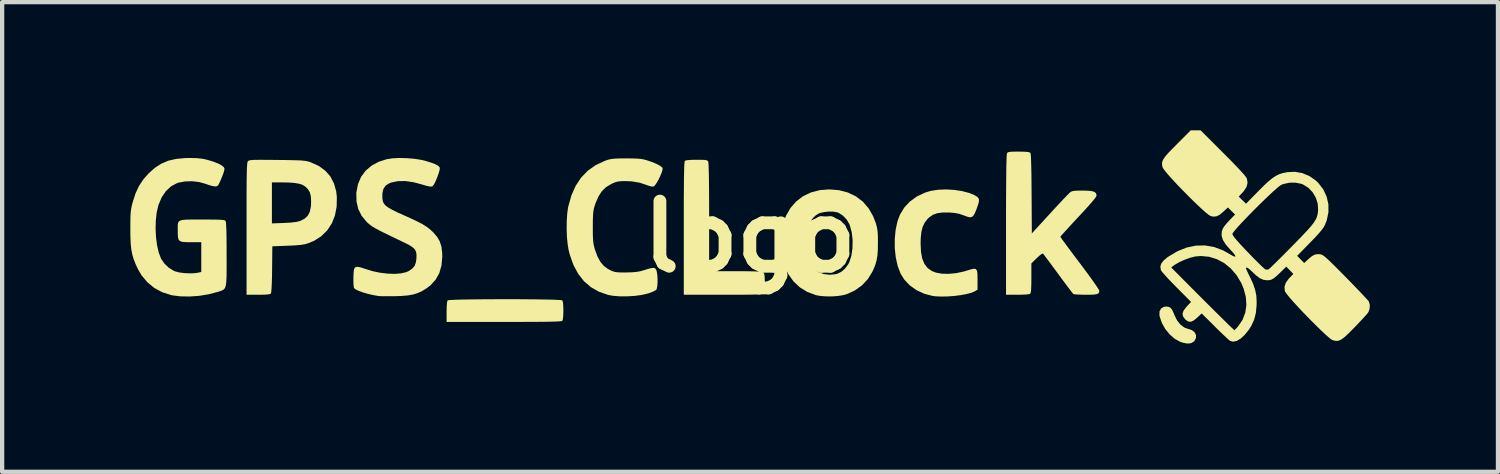
<source format=kicad_pcb>
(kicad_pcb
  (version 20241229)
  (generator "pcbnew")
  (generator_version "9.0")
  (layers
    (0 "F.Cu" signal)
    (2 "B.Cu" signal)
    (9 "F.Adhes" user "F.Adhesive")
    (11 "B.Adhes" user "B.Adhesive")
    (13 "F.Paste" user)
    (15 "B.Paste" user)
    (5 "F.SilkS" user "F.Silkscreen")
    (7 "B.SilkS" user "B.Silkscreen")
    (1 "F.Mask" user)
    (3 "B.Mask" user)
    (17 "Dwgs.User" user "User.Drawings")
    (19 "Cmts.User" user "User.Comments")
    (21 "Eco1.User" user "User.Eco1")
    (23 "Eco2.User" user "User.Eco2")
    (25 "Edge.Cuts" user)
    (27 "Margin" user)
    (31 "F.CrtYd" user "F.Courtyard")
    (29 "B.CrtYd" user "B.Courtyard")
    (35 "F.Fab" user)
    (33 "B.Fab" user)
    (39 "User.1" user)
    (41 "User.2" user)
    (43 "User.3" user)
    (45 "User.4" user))
  (footprint "logo"
    (layer "F.Cu")
    (at 14.498 2.491)
    (property "Reference" "logo" (at 0 0 0) (layer "F.SilkS") (effects (font (size 1.524 1.524) (thickness 0.3))))
    (attr board_only exclude_from_pos_files exclude_from_bom)
    (fp_poly (pts (xy 9.802 1.639) (xy 9.847 1.664) (xy 9.884 1.713) (xy 9.922 1.795) (xy 9.937 1.834) (xy 9.997 1.956) (xy 10.075 2.054) (xy 10.166 2.123) (xy 10.254 2.155) (xy 10.344 2.184) (xy 10.407 2.234) (xy 10.441 2.299) (xy 10.44 2.369) (xy 10.403 2.438) (xy 10.392 2.45) (xy 10.324 2.491) (xy 10.234 2.499) (xy 10.12 2.475) (xy 10.069 2.457) (xy 9.943 2.388) (xy 9.825 2.286) (xy 9.723 2.16) (xy 9.643 2.019) (xy 9.593 1.873) (xy 9.585 1.834) (xy 9.587 1.746) (xy 9.623 1.679) (xy 9.686 1.64) (xy 9.743 1.633)) (stroke (width 0) (type solid)) (fill yes) (layer "F.SilkS"))
    (fp_poly (pts (xy -5.43 1.461) (xy -5.23 1.463) (xy -5.042 1.464) (xy -4.869 1.467) (xy -4.716 1.47) (xy -4.587 1.473) (xy -4.487 1.478) (xy -4.42 1.482) (xy -4.39 1.488) (xy -4.389 1.488) (xy -4.376 1.525) (xy -4.367 1.6) (xy -4.364 1.712) (xy -4.364 1.728) (xy -4.367 1.844) (xy -4.375 1.924) (xy -4.388 1.965) (xy -4.389 1.968) (xy -4.405 1.973) (xy -4.443 1.978) (xy -4.505 1.982) (xy -4.593 1.985) (xy -4.71 1.988) (xy -4.859 1.99) (xy -5.04 1.991) (xy -5.258 1.992) (xy -5.513 1.993) (xy -5.756 1.993) (xy -7.097 1.993) (xy -7.097 1.753) (xy -7.094 1.626) (xy -7.087 1.539) (xy -7.075 1.493) (xy -7.071 1.488) (xy -7.045 1.483) (xy -6.981 1.478) (xy -6.883 1.474) (xy -6.757 1.47) (xy -6.605 1.467) (xy -6.434 1.465) (xy -6.247 1.463) (xy -6.048 1.462) (xy -5.843 1.461) (xy -5.635 1.461)) (stroke (width 0) (type solid)) (fill yes) (layer "F.SilkS"))
    (fp_poly (pts (xy -1.139 -1.802) (xy -1.066 -1.799) (xy -1.02 -1.793) (xy -0.994 -1.783) (xy -0.979 -1.767) (xy -0.975 -1.761) (xy -0.97 -1.73) (xy -0.965 -1.656) (xy -0.962 -1.541) (xy -0.958 -1.385) (xy -0.956 -1.189) (xy -0.954 -0.952) (xy -0.953 -0.677) (xy -0.953 -0.457) (xy -0.953 0.806) (xy -0.343 0.806) (xy -0.159 0.806) (xy -0.012 0.807) (xy 0.101 0.81) (xy 0.184 0.813) (xy 0.243 0.818) (xy 0.282 0.825) (xy 0.305 0.833) (xy 0.308 0.836) (xy 0.328 0.855) (xy 0.34 0.884) (xy 0.346 0.931) (xy 0.349 1.007) (xy 0.35 1.076) (xy 0.347 1.193) (xy 0.339 1.271) (xy 0.325 1.316) (xy 0.32 1.322) (xy 0.31 1.33) (xy 0.292 1.337) (xy 0.263 1.343) (xy 0.219 1.348) (xy 0.155 1.351) (xy 0.069 1.353) (xy -0.043 1.355) (xy -0.186 1.356) (xy -0.363 1.357) (xy -0.577 1.357) (xy -0.628 1.357) (xy -1.546 1.357) (xy -1.546 -0.197) (xy -1.546 -0.509) (xy -1.546 -0.781) (xy -1.545 -1.014) (xy -1.543 -1.212) (xy -1.542 -1.376) (xy -1.539 -1.509) (xy -1.537 -1.612) (xy -1.533 -1.689) (xy -1.529 -1.74) (xy -1.524 -1.769) (xy -1.521 -1.777) (xy -1.485 -1.79) (xy -1.406 -1.798) (xy -1.287 -1.802) (xy -1.246 -1.802)) (stroke (width 0) (type solid)) (fill yes) (layer "F.SilkS"))
    (fp_poly (pts (xy 4.781 -1.097) (xy 4.967 -1.069) (xy 5.135 -1.025) (xy 5.251 -0.977) (xy 5.313 -0.941) (xy 5.35 -0.905) (xy 5.363 -0.86) (xy 5.355 -0.798) (xy 5.326 -0.708) (xy 5.312 -0.667) (xy 5.271 -0.564) (xy 5.234 -0.497) (xy 5.195 -0.462) (xy 5.144 -0.456) (xy 5.075 -0.474) (xy 5.007 -0.5) (xy 4.906 -0.535) (xy 4.803 -0.556) (xy 4.681 -0.567) (xy 4.669 -0.568) (xy 4.511 -0.568) (xy 4.384 -0.551) (xy 4.281 -0.513) (xy 4.195 -0.453) (xy 4.156 -0.415) (xy 4.091 -0.33) (xy 4.044 -0.232) (xy 4.014 -0.114) (xy 3.999 0.032) (xy 3.996 0.159) (xy 4.005 0.352) (xy 4.034 0.51) (xy 4.086 0.636) (xy 4.16 0.732) (xy 4.259 0.801) (xy 4.356 0.839) (xy 4.495 0.864) (xy 4.658 0.867) (xy 4.833 0.85) (xy 5.007 0.813) (xy 5.07 0.794) (xy 5.172 0.763) (xy 5.242 0.748) (xy 5.288 0.755) (xy 5.313 0.789) (xy 5.325 0.853) (xy 5.328 0.954) (xy 5.328 1.008) (xy 5.328 1.238) (xy 5.26 1.278) (xy 5.179 1.312) (xy 5.066 1.341) (xy 4.93 1.366) (xy 4.781 1.385) (xy 4.628 1.396) (xy 4.48 1.399) (xy 4.348 1.393) (xy 4.279 1.385) (xy 4.081 1.333) (xy 3.901 1.25) (xy 3.743 1.138) (xy 3.614 1.002) (xy 3.527 0.862) (xy 3.46 0.687) (xy 3.415 0.485) (xy 3.391 0.269) (xy 3.391 0.048) (xy 3.412 -0.167) (xy 3.456 -0.366) (xy 3.513 -0.518) (xy 3.613 -0.683) (xy 3.747 -0.826) (xy 3.909 -0.944) (xy 4.095 -1.032) (xy 4.229 -1.073) (xy 4.4 -1.1) (xy 4.588 -1.108)) (stroke (width 0) (type solid)) (fill yes) (layer "F.SilkS"))
    (fp_poly (pts (xy -11.32 -1.8) (xy -11.155 -1.799) (xy -11.06 -1.798) (xy -10.876 -1.796) (xy -10.728 -1.793) (xy -10.612 -1.79) (xy -10.522 -1.787) (xy -10.452 -1.781) (xy -10.398 -1.775) (xy -10.353 -1.766) (xy -10.313 -1.755) (xy -10.274 -1.742) (xy -10.089 -1.658) (xy -9.936 -1.547) (xy -9.817 -1.411) (xy -9.732 -1.248) (xy -9.68 -1.06) (xy -9.665 -0.928) (xy -9.67 -0.704) (xy -9.71 -0.497) (xy -9.783 -0.312) (xy -9.89 -0.151) (xy -10.027 -0.015) (xy -10.193 0.092) (xy -10.343 0.154) (xy -10.41 0.173) (xy -10.488 0.187) (xy -10.585 0.197) (xy -10.71 0.205) (xy -10.825 0.21) (xy -11.175 0.223) (xy -11.18 0.762) (xy -11.183 0.955) (xy -11.188 1.109) (xy -11.194 1.224) (xy -11.201 1.297) (xy -11.209 1.329) (xy -11.233 1.341) (xy -11.282 1.35) (xy -11.363 1.355) (xy -11.479 1.357) (xy -11.506 1.357) (xy -11.778 1.357) (xy -11.778 -0.189) (xy -11.778 -0.313) (xy -11.185 -0.313) (xy -10.905 -0.323) (xy -10.742 -0.332) (xy -10.619 -0.347) (xy -10.535 -0.367) (xy -10.529 -0.369) (xy -10.422 -0.422) (xy -10.346 -0.493) (xy -10.297 -0.587) (xy -10.272 -0.711) (xy -10.267 -0.827) (xy -10.274 -0.95) (xy -10.299 -1.044) (xy -10.346 -1.119) (xy -10.4 -1.172) (xy -10.463 -1.212) (xy -10.548 -1.241) (xy -10.659 -1.26) (xy -10.802 -1.27) (xy -10.932 -1.272) (xy -11.185 -1.272) (xy -11.185 -0.313) (xy -11.778 -0.313) (xy -11.778 -0.484) (xy -11.778 -0.739) (xy -11.778 -0.958) (xy -11.777 -1.143) (xy -11.776 -1.297) (xy -11.774 -1.423) (xy -11.772 -1.525) (xy -11.77 -1.604) (xy -11.766 -1.663) (xy -11.763 -1.707) (xy -11.758 -1.737) (xy -11.753 -1.756) (xy -11.746 -1.767) (xy -11.744 -1.77) (xy -11.73 -1.78) (xy -11.709 -1.788) (xy -11.675 -1.794) (xy -11.623 -1.798) (xy -11.55 -1.8) (xy -11.451 -1.801)) (stroke (width 0) (type solid)) (fill yes) (layer "F.SilkS"))
    (fp_poly (pts (xy 2.083 -1.091) (xy 2.293 -1.036) (xy 2.479 -0.947) (xy 2.641 -0.825) (xy 2.777 -0.67) (xy 2.884 -0.483) (xy 2.948 -0.318) (xy 2.969 -0.244) (xy 2.983 -0.173) (xy 2.992 -0.095) (xy 2.996 0.002) (xy 2.997 0.13) (xy 2.997 0.138) (xy 2.995 0.302) (xy 2.986 0.434) (xy 2.967 0.547) (xy 2.938 0.651) (xy 2.896 0.757) (xy 2.867 0.818) (xy 2.762 0.989) (xy 2.624 1.136) (xy 2.461 1.254) (xy 2.277 1.339) (xy 2.18 1.367) (xy 2.058 1.386) (xy 1.916 1.396) (xy 1.769 1.394) (xy 1.634 1.383) (xy 1.546 1.366) (xy 1.346 1.292) (xy 1.17 1.184) (xy 1.021 1.044) (xy 0.9 0.873) (xy 0.807 0.673) (xy 0.769 0.551) (xy 0.749 0.449) (xy 0.738 0.32) (xy 0.734 0.179) (xy 1.318 0.179) (xy 1.333 0.345) (xy 1.368 0.5) (xy 1.423 0.636) (xy 1.496 0.744) (xy 1.513 0.762) (xy 1.611 0.83) (xy 1.733 0.873) (xy 1.869 0.889) (xy 2.006 0.876) (xy 2.04 0.868) (xy 2.137 0.822) (xy 2.227 0.745) (xy 2.301 0.646) (xy 2.329 0.593) (xy 2.377 0.438) (xy 2.402 0.262) (xy 2.405 0.077) (xy 2.384 -0.103) (xy 2.341 -0.264) (xy 2.328 -0.298) (xy 2.265 -0.404) (xy 2.178 -0.495) (xy 2.079 -0.559) (xy 2.045 -0.572) (xy 1.957 -0.588) (xy 1.848 -0.59) (xy 1.735 -0.578) (xy 1.637 -0.555) (xy 1.602 -0.541) (xy 1.538 -0.498) (xy 1.476 -0.439) (xy 1.459 -0.417) (xy 1.392 -0.295) (xy 1.347 -0.15) (xy 1.322 0.011) (xy 1.318 0.179) (xy 0.734 0.179) (xy 0.733 0.159) (xy 0.733 0.138) (xy 0.737 -0.028) (xy 0.748 -0.159) (xy 0.767 -0.265) (xy 0.769 -0.276) (xy 0.845 -0.49) (xy 0.951 -0.674) (xy 1.085 -0.828) (xy 1.246 -0.95) (xy 1.431 -1.038) (xy 1.638 -1.092) (xy 1.853 -1.109)) (stroke (width 0) (type solid)) (fill yes) (layer "F.SilkS"))
    (fp_poly (pts (xy -2.748 -1.833) (xy -2.637 -1.829) (xy -2.552 -1.822) (xy -2.483 -1.81) (xy -2.426 -1.795) (xy -2.296 -1.752) (xy -2.188 -1.707) (xy -2.105 -1.663) (xy -2.054 -1.624) (xy -2.042 -1.605) (xy -2.045 -1.563) (xy -2.065 -1.498) (xy -2.098 -1.418) (xy -2.138 -1.336) (xy -2.181 -1.261) (xy -2.221 -1.204) (xy -2.253 -1.176) (xy -2.256 -1.175) (xy -2.301 -1.176) (xy -2.365 -1.193) (xy -2.395 -1.204) (xy -2.575 -1.265) (xy -2.766 -1.297) (xy -2.915 -1.303) (xy -3.012 -1.301) (xy -3.083 -1.294) (xy -3.143 -1.279) (xy -3.208 -1.252) (xy -3.247 -1.234) (xy -3.366 -1.161) (xy -3.463 -1.067) (xy -3.542 -0.946) (xy -3.609 -0.792) (xy -3.636 -0.71) (xy -3.652 -0.651) (xy -3.663 -0.585) (xy -3.67 -0.504) (xy -3.674 -0.399) (xy -3.675 -0.262) (xy -3.675 -0.223) (xy -3.675 -0.084) (xy -3.672 0.021) (xy -3.667 0.103) (xy -3.658 0.169) (xy -3.645 0.23) (xy -3.627 0.295) (xy -3.626 0.297) (xy -3.568 0.457) (xy -3.501 0.582) (xy -3.421 0.678) (xy -3.322 0.752) (xy -3.252 0.789) (xy -3.201 0.81) (xy -3.151 0.824) (xy -3.091 0.832) (xy -3.011 0.835) (xy -2.901 0.835) (xy -2.892 0.835) (xy -2.759 0.831) (xy -2.654 0.822) (xy -2.566 0.807) (xy -2.489 0.785) (xy -2.384 0.753) (xy -2.311 0.734) (xy -2.262 0.727) (xy -2.231 0.732) (xy -2.209 0.748) (xy -2.195 0.766) (xy -2.178 0.814) (xy -2.166 0.889) (xy -2.16 0.981) (xy -2.16 1.075) (xy -2.167 1.159) (xy -2.18 1.221) (xy -2.188 1.238) (xy -2.221 1.261) (xy -2.282 1.29) (xy -2.363 1.32) (xy -2.395 1.33) (xy -2.536 1.362) (xy -2.701 1.384) (xy -2.876 1.394) (xy -3.048 1.394) (xy -3.204 1.381) (xy -3.315 1.361) (xy -3.531 1.286) (xy -3.72 1.179) (xy -3.882 1.039) (xy -4.019 0.865) (xy -4.129 0.659) (xy -4.214 0.419) (xy -4.242 0.309) (xy -4.265 0.167) (xy -4.281 -0.003) (xy -4.287 -0.186) (xy -4.285 -0.37) (xy -4.274 -0.542) (xy -4.254 -0.687) (xy -4.249 -0.71) (xy -4.176 -0.968) (xy -4.076 -1.193) (xy -3.948 -1.386) (xy -3.792 -1.547) (xy -3.608 -1.677) (xy -3.395 -1.776) (xy -3.368 -1.786) (xy -3.31 -1.805) (xy -3.253 -1.818) (xy -3.19 -1.826) (xy -3.109 -1.831) (xy -3.003 -1.834) (xy -2.892 -1.834)) (stroke (width 0) (type solid)) (fill yes) (layer "F.SilkS"))
    (fp_poly (pts (xy 6.409 -1.991) (xy 6.491 -1.986) (xy 6.541 -1.977) (xy 6.564 -1.965) (xy 6.571 -1.939) (xy 6.577 -1.879) (xy 6.581 -1.783) (xy 6.585 -1.649) (xy 6.589 -1.477) (xy 6.591 -1.265) (xy 6.593 -1.012) (xy 6.593 -1.007) (xy 6.599 -0.079) (xy 7.019 -0.537) (xy 7.128 -0.656) (xy 7.231 -0.767) (xy 7.322 -0.864) (xy 7.399 -0.944) (xy 7.456 -1.003) (xy 7.489 -1.035) (xy 7.493 -1.038) (xy 7.523 -1.058) (xy 7.559 -1.07) (xy 7.612 -1.077) (xy 7.69 -1.081) (xy 7.783 -1.081) (xy 7.913 -1.078) (xy 8.006 -1.068) (xy 8.067 -1.048) (xy 8.101 -1.018) (xy 8.113 -0.975) (xy 8.114 -0.967) (xy 8.102 -0.938) (xy 8.066 -0.887) (xy 8.004 -0.812) (xy 7.915 -0.711) (xy 7.799 -0.583) (xy 7.69 -0.466) (xy 7.582 -0.351) (xy 7.485 -0.245) (xy 7.401 -0.153) (xy 7.334 -0.08) (xy 7.288 -0.028) (xy 7.267 -0.001) (xy 7.266 0.001) (xy 7.279 0.02) (xy 7.314 0.07) (xy 7.369 0.145) (xy 7.441 0.243) (xy 7.527 0.358) (xy 7.624 0.488) (xy 7.722 0.617) (xy 7.828 0.759) (xy 7.926 0.891) (xy 8.011 1.009) (xy 8.082 1.11) (xy 8.135 1.188) (xy 8.168 1.241) (xy 8.177 1.262) (xy 8.173 1.299) (xy 8.156 1.325) (xy 8.12 1.342) (xy 8.059 1.352) (xy 7.966 1.356) (xy 7.86 1.357) (xy 7.757 1.355) (xy 7.669 1.352) (xy 7.605 1.347) (xy 7.573 1.341) (xy 7.572 1.341) (xy 7.554 1.32) (xy 7.514 1.27) (xy 7.457 1.195) (xy 7.385 1.099) (xy 7.302 0.988) (xy 7.215 0.869) (xy 7.125 0.747) (xy 7.043 0.636) (xy 6.972 0.54) (xy 6.915 0.465) (xy 6.877 0.414) (xy 6.861 0.393) (xy 6.837 0.397) (xy 6.79 0.43) (xy 6.725 0.489) (xy 6.715 0.498) (xy 6.588 0.624) (xy 6.588 0.965) (xy 6.587 1.113) (xy 6.583 1.221) (xy 6.576 1.292) (xy 6.565 1.328) (xy 6.563 1.331) (xy 6.528 1.344) (xy 6.454 1.352) (xy 6.339 1.356) (xy 6.266 1.357) (xy 5.995 1.357) (xy 5.995 -0.277) (xy 5.995 -0.631) (xy 5.996 -0.943) (xy 5.998 -1.213) (xy 6 -1.442) (xy 6.002 -1.628) (xy 6.006 -1.773) (xy 6.009 -1.875) (xy 6.014 -1.935) (xy 6.017 -1.952) (xy 6.03 -1.97) (xy 6.053 -1.981) (xy 6.092 -1.988) (xy 6.155 -1.992) (xy 6.251 -1.993) (xy 6.29 -1.993)) (stroke (width 0) (type solid)) (fill yes) (layer "F.SilkS"))
    (fp_poly (pts (xy -8.035 -1.84) (xy -7.859 -1.826) (xy -7.696 -1.801) (xy -7.577 -1.772) (xy -7.451 -1.733) (xy -7.361 -1.698) (xy -7.302 -1.667) (xy -7.268 -1.636) (xy -7.256 -1.614) (xy -7.258 -1.575) (xy -7.276 -1.507) (xy -7.306 -1.418) (xy -7.321 -1.38) (xy -7.362 -1.283) (xy -7.395 -1.221) (xy -7.423 -1.187) (xy -7.444 -1.175) (xy -7.486 -1.176) (xy -7.554 -1.189) (xy -7.635 -1.212) (xy -7.652 -1.218) (xy -7.862 -1.275) (xy -8.057 -1.304) (xy -8.234 -1.302) (xy -8.388 -1.271) (xy -8.45 -1.246) (xy -8.526 -1.194) (xy -8.575 -1.122) (xy -8.598 -1.023) (xy -8.601 -0.954) (xy -8.598 -0.884) (xy -8.587 -0.827) (xy -8.564 -0.776) (xy -8.524 -0.73) (xy -8.462 -0.684) (xy -8.375 -0.634) (xy -8.259 -0.576) (xy -8.108 -0.508) (xy -8.067 -0.49) (xy -7.901 -0.415) (xy -7.769 -0.352) (xy -7.663 -0.296) (xy -7.577 -0.243) (xy -7.505 -0.19) (xy -7.439 -0.132) (xy -7.413 -0.107) (xy -7.32 -0.000199) (xy -7.256 0.11) (xy -7.217 0.234) (xy -7.2 0.382) (xy -7.198 0.466) (xy -7.216 0.67) (xy -7.267 0.849) (xy -7.354 1.004) (xy -7.475 1.137) (xy -7.56 1.202) (xy -7.664 1.267) (xy -7.766 1.315) (xy -7.876 1.35) (xy -8.002 1.372) (xy -8.154 1.385) (xy -8.304 1.39) (xy -8.423 1.391) (xy -8.532 1.391) (xy -8.62 1.39) (xy -8.68 1.387) (xy -8.696 1.386) (xy -8.831 1.361) (xy -8.96 1.33) (xy -9.076 1.295) (xy -9.171 1.259) (xy -9.237 1.224) (xy -9.263 1.2) (xy -9.271 1.166) (xy -9.276 1.101) (xy -9.278 1.017) (xy -9.277 0.928) (xy -9.273 0.844) (xy -9.266 0.777) (xy -9.257 0.741) (xy -9.232 0.713) (xy -9.194 0.702) (xy -9.134 0.71) (xy -9.045 0.736) (xy -9.002 0.752) (xy -8.832 0.804) (xy -8.656 0.841) (xy -8.481 0.862) (xy -8.316 0.868) (xy -8.169 0.857) (xy -8.047 0.83) (xy -7.986 0.804) (xy -7.899 0.744) (xy -7.843 0.677) (xy -7.813 0.589) (xy -7.803 0.506) (xy -7.801 0.419) (xy -7.812 0.351) (xy -7.841 0.294) (xy -7.894 0.244) (xy -7.976 0.192) (xy -8.092 0.133) (xy -8.108 0.126) (xy -8.297 0.035) (xy -8.452 -0.04) (xy -8.578 -0.101) (xy -8.678 -0.152) (xy -8.756 -0.194) (xy -8.818 -0.23) (xy -8.866 -0.262) (xy -8.906 -0.293) (xy -8.942 -0.324) (xy -8.967 -0.348) (xy -9.085 -0.491) (xy -9.164 -0.649) (xy -9.205 -0.825) (xy -9.209 -1.021) (xy -9.207 -1.044) (xy -9.17 -1.234) (xy -9.098 -1.402) (xy -8.992 -1.546) (xy -8.853 -1.665) (xy -8.684 -1.756) (xy -8.503 -1.814) (xy -8.37 -1.835) (xy -8.209 -1.844)) (stroke (width 0) (type solid)) (fill yes) (layer "F.SilkS"))
    (fp_poly (pts (xy -12.948 -1.84) (xy -12.812 -1.826) (xy -12.705 -1.803) (xy -12.572 -1.764) (xy -12.458 -1.721) (xy -12.37 -1.676) (xy -12.314 -1.633) (xy -12.296 -1.603) (xy -12.299 -1.557) (xy -12.322 -1.481) (xy -12.361 -1.379) (xy -12.367 -1.366) (xy -12.405 -1.279) (xy -12.432 -1.224) (xy -12.455 -1.194) (xy -12.478 -1.181) (xy -12.508 -1.179) (xy -12.521 -1.179) (xy -12.578 -1.188) (xy -12.656 -1.21) (xy -12.74 -1.239) (xy -12.742 -1.24) (xy -12.89 -1.281) (xy -13.054 -1.3) (xy -13.218 -1.295) (xy -13.367 -1.268) (xy -13.411 -1.253) (xy -13.547 -1.179) (xy -13.665 -1.069) (xy -13.763 -0.925) (xy -13.837 -0.751) (xy -13.846 -0.723) (xy -13.882 -0.562) (xy -13.902 -0.379) (xy -13.907 -0.185) (xy -13.897 0.01) (xy -13.873 0.196) (xy -13.835 0.363) (xy -13.784 0.501) (xy -13.776 0.517) (xy -13.702 0.625) (xy -13.601 0.722) (xy -13.488 0.793) (xy -13.455 0.808) (xy -13.358 0.834) (xy -13.235 0.85) (xy -13.104 0.856) (xy -12.981 0.851) (xy -12.907 0.839) (xy -12.838 0.824) (xy -12.838 0.127) (xy -13.078 0.127) (xy -13.198 0.126) (xy -13.283 0.119) (xy -13.338 0.1) (xy -13.369 0.065) (xy -13.384 0.008) (xy -13.388 -0.077) (xy -13.388 -0.136) (xy -13.389 -0.215) (xy -13.388 -0.278) (xy -13.381 -0.324) (xy -13.362 -0.358) (xy -13.328 -0.38) (xy -13.273 -0.394) (xy -13.193 -0.401) (xy -13.084 -0.403) (xy -12.94 -0.403) (xy -12.817 -0.403) (xy -12.653 -0.403) (xy -12.527 -0.402) (xy -12.433 -0.4) (xy -12.366 -0.397) (xy -12.321 -0.393) (xy -12.293 -0.386) (xy -12.277 -0.376) (xy -12.268 -0.364) (xy -12.266 -0.362) (xy -12.26 -0.328) (xy -12.255 -0.254) (xy -12.25 -0.142) (xy -12.247 0.007) (xy -12.245 0.19) (xy -12.245 0.406) (xy -12.245 0.42) (xy -12.244 0.626) (xy -12.245 0.793) (xy -12.246 0.926) (xy -12.251 1.03) (xy -12.258 1.108) (xy -12.27 1.165) (xy -12.288 1.206) (xy -12.313 1.234) (xy -12.345 1.253) (xy -12.386 1.269) (xy -12.436 1.285) (xy -12.457 1.291) (xy -12.665 1.346) (xy -12.889 1.382) (xy -13.115 1.398) (xy -13.331 1.394) (xy -13.525 1.369) (xy -13.537 1.366) (xy -13.746 1.3) (xy -13.935 1.199) (xy -14.1 1.064) (xy -14.237 0.899) (xy -14.32 0.757) (xy -14.377 0.634) (xy -14.421 0.522) (xy -14.453 0.412) (xy -14.475 0.296) (xy -14.489 0.164) (xy -14.496 0.007) (xy -14.498 -0.18) (xy -14.497 -0.329) (xy -14.496 -0.444) (xy -14.492 -0.534) (xy -14.485 -0.608) (xy -14.475 -0.673) (xy -14.461 -0.739) (xy -14.442 -0.811) (xy -14.376 -1.016) (xy -14.295 -1.19) (xy -14.192 -1.345) (xy -14.067 -1.486) (xy -13.923 -1.614) (xy -13.773 -1.711) (xy -13.61 -1.78) (xy -13.427 -1.822) (xy -13.216 -1.842) (xy -13.111 -1.844)) (stroke (width 0) (type solid)) (fill yes) (layer "F.SilkS"))
    (fp_poly (pts (xy 11.079 -1.961) (xy 11.246 -1.794) (xy 11.381 -1.654) (xy 11.487 -1.542) (xy 11.564 -1.456) (xy 11.612 -1.395) (xy 11.632 -1.361) (xy 11.647 -1.262) (xy 11.623 -1.166) (xy 11.558 -1.067) (xy 11.534 -1.04) (xy 11.441 -0.94) (xy 11.526 -0.857) (xy 11.611 -0.774) (xy 11.906 -1.074) (xy 12.032 -1.2) (xy 12.137 -1.298) (xy 12.227 -1.371) (xy 12.309 -1.425) (xy 12.388 -1.464) (xy 12.472 -1.491) (xy 12.567 -1.51) (xy 12.569 -1.511) (xy 12.75 -1.521) (xy 12.926 -1.491) (xy 13.092 -1.422) (xy 13.243 -1.318) (xy 13.305 -1.258) (xy 13.42 -1.107) (xy 13.498 -0.939) (xy 13.539 -0.76) (xy 13.54 -0.575) (xy 13.502 -0.391) (xy 13.458 -0.277) (xy 13.426 -0.22) (xy 13.377 -0.153) (xy 13.308 -0.071) (xy 13.215 0.03) (xy 13.105 0.143) (xy 12.808 0.446) (xy 12.89 0.53) (xy 12.972 0.614) (xy 13.073 0.52) (xy 13.155 0.452) (xy 13.227 0.415) (xy 13.301 0.406) (xy 13.361 0.413) (xy 13.385 0.42) (xy 13.415 0.437) (xy 13.454 0.465) (xy 13.503 0.507) (xy 13.568 0.567) (xy 13.65 0.647) (xy 13.754 0.751) (xy 13.883 0.881) (xy 13.948 0.947) (xy 14.07 1.072) (xy 14.182 1.188) (xy 14.282 1.292) (xy 14.366 1.381) (xy 14.43 1.45) (xy 14.471 1.496) (xy 14.484 1.513) (xy 14.508 1.592) (xy 14.504 1.682) (xy 14.474 1.765) (xy 14.47 1.77) (xy 14.443 1.806) (xy 14.391 1.865) (xy 14.32 1.942) (xy 14.236 2.031) (xy 14.147 2.124) (xy 14.035 2.237) (xy 13.947 2.322) (xy 13.875 2.381) (xy 13.816 2.418) (xy 13.763 2.435) (xy 13.712 2.436) (xy 13.657 2.425) (xy 13.634 2.418) (xy 13.596 2.395) (xy 13.535 2.345) (xy 13.454 2.272) (xy 13.358 2.182) (xy 13.251 2.077) (xy 13.138 1.964) (xy 13.022 1.846) (xy 12.909 1.728) (xy 12.803 1.614) (xy 12.707 1.509) (xy 12.626 1.417) (xy 12.566 1.342) (xy 12.529 1.29) (xy 12.52 1.271) (xy 12.511 1.174) (xy 12.541 1.078) (xy 12.61 0.982) (xy 12.63 0.961) (xy 12.719 0.869) (xy 12.636 0.784) (xy 12.553 0.699) (xy 12.415 0.835) (xy 12.331 0.914) (xy 12.267 0.967) (xy 12.215 0.999) (xy 12.164 1.014) (xy 12.108 1.018) (xy 12.108 1.018) (xy 12.019 1.007) (xy 11.934 0.97) (xy 11.845 0.903) (xy 11.779 0.84) (xy 11.707 0.771) (xy 11.653 0.73) (xy 11.619 0.719) (xy 11.609 0.736) (xy 11.618 0.761) (xy 11.642 0.814) (xy 11.677 0.888) (xy 11.704 0.943) (xy 11.778 1.103) (xy 11.826 1.246) (xy 11.853 1.384) (xy 11.86 1.53) (xy 11.858 1.61) (xy 11.841 1.787) (xy 11.802 1.938) (xy 11.738 2.078) (xy 11.673 2.181) (xy 11.579 2.297) (xy 11.485 2.383) (xy 11.394 2.437) (xy 11.31 2.455) (xy 11.238 2.436) (xy 11.211 2.414) (xy 11.159 2.367) (xy 11.087 2.3) (xy 11.001 2.218) (xy 10.906 2.125) (xy 10.885 2.103) (xy 10.573 1.794) (xy 10.467 1.894) (xy 10.387 1.959) (xy 10.321 1.989) (xy 10.262 1.984) (xy 10.203 1.946) (xy 10.188 1.931) (xy 10.139 1.866) (xy 10.125 1.801) (xy 10.148 1.731) (xy 10.209 1.649) (xy 10.225 1.631) (xy 10.325 1.524) (xy 9.983 1.181) (xy 9.883 1.079) (xy 9.793 0.985) (xy 9.717 0.902) (xy 9.66 0.836) (xy 9.626 0.793) (xy 9.62 0.781) (xy 9.609 0.719) (xy 9.861 0.719) (xy 10.592 1.452) (xy 10.737 1.597) (xy 10.873 1.732) (xy 10.998 1.856) (xy 11.107 1.963) (xy 11.198 2.053) (xy 11.269 2.121) (xy 11.316 2.166) (xy 11.337 2.184) (xy 11.337 2.184) (xy 11.358 2.169) (xy 11.396 2.131) (xy 11.426 2.097) (xy 11.529 1.945) (xy 11.593 1.778) (xy 11.62 1.599) (xy 11.607 1.41) (xy 11.556 1.215) (xy 11.5 1.081) (xy 11.389 0.897) (xy 11.254 0.741) (xy 11.1 0.615) (xy 10.929 0.524) (xy 10.747 0.468) (xy 10.557 0.45) (xy 10.417 0.462) (xy 10.303 0.491) (xy 10.176 0.536) (xy 10.052 0.593) (xy 9.948 0.653) (xy 9.914 0.677) (xy 9.861 0.719) (xy 9.609 0.719) (xy 9.606 0.704) (xy 9.625 0.631) (xy 9.681 0.557) (xy 9.774 0.478) (xy 9.789 0.468) (xy 10.003 0.34) (xy 10.219 0.253) (xy 10.437 0.207) (xy 10.653 0.203) (xy 10.867 0.24) (xy 11.076 0.319) (xy 11.225 0.403) (xy 11.302 0.448) (xy 11.349 0.466) (xy 11.364 0.457) (xy 11.348 0.422) (xy 11.301 0.363) (xy 11.242 0.3) (xy 11.136 0.18) (xy 11.069 0.072) (xy 11.039 -0.029) (xy 11.041 -0.066) (xy 11.291 -0.066) (xy 11.303 -0.037) (xy 11.337 0.013) (xy 11.398 0.086) (xy 11.485 0.183) (xy 11.6 0.306) (xy 11.657 0.365) (xy 11.759 0.471) (xy 11.854 0.567) (xy 11.937 0.649) (xy 12.003 0.712) (xy 12.047 0.751) (xy 12.064 0.763) (xy 12.113 0.769) (xy 12.139 0.763) (xy 12.161 0.744) (xy 12.209 0.699) (xy 12.279 0.631) (xy 12.368 0.543) (xy 12.472 0.44) (xy 12.587 0.324) (xy 12.68 0.23) (xy 12.831 0.076) (xy 12.954 -0.052) (xy 13.053 -0.158) (xy 13.131 -0.246) (xy 13.189 -0.32) (xy 13.231 -0.384) (xy 13.261 -0.442) (xy 13.279 -0.497) (xy 13.291 -0.554) (xy 13.297 -0.617) (xy 13.298 -0.622) (xy 13.29 -0.77) (xy 13.246 -0.912) (xy 13.172 -1.039) (xy 13.072 -1.145) (xy 12.951 -1.221) (xy 12.903 -1.24) (xy 12.768 -1.267) (xy 12.624 -1.265) (xy 12.488 -1.235) (xy 12.435 -1.214) (xy 12.394 -1.186) (xy 12.33 -1.133) (xy 12.247 -1.06) (xy 12.15 -0.97) (xy 12.042 -0.867) (xy 11.928 -0.756) (xy 11.813 -0.641) (xy 11.699 -0.526) (xy 11.591 -0.414) (xy 11.494 -0.312) (xy 11.411 -0.221) (xy 11.347 -0.147) (xy 11.306 -0.094) (xy 11.291 -0.066) (xy 11.041 -0.066) (xy 11.044 -0.126) (xy 11.071 -0.197) (xy 11.102 -0.245) (xy 11.154 -0.309) (xy 11.216 -0.378) (xy 11.23 -0.393) (xy 11.355 -0.521) (xy 11.271 -0.603) (xy 11.187 -0.686) (xy 11.082 -0.588) (xy 10.998 -0.517) (xy 10.925 -0.48) (xy 10.854 -0.471) (xy 10.784 -0.485) (xy 10.745 -0.508) (xy 10.681 -0.558) (xy 10.598 -0.63) (xy 10.5 -0.721) (xy 10.391 -0.825) (xy 10.276 -0.939) (xy 10.159 -1.057) (xy 10.044 -1.175) (xy 9.937 -1.289) (xy 9.841 -1.394) (xy 9.761 -1.486) (xy 9.701 -1.56) (xy 9.666 -1.612) (xy 9.659 -1.627) (xy 9.647 -1.678) (xy 9.645 -1.726) (xy 9.657 -1.774) (xy 9.685 -1.828) (xy 9.732 -1.892) (xy 9.802 -1.972) (xy 9.898 -2.071) (xy 9.999 -2.173) (xy 10.317 -2.491) (xy 10.549 -2.491)) (stroke (width 0) (type solid)) (fill yes) (layer "F.SilkS")))
  (gr_rect
    (start -3 -3)
    (end 32.005 7.991)
    (stroke (width 0.1) (type default))
    (fill no)
    (layer "Edge.Cuts")))
</source>
